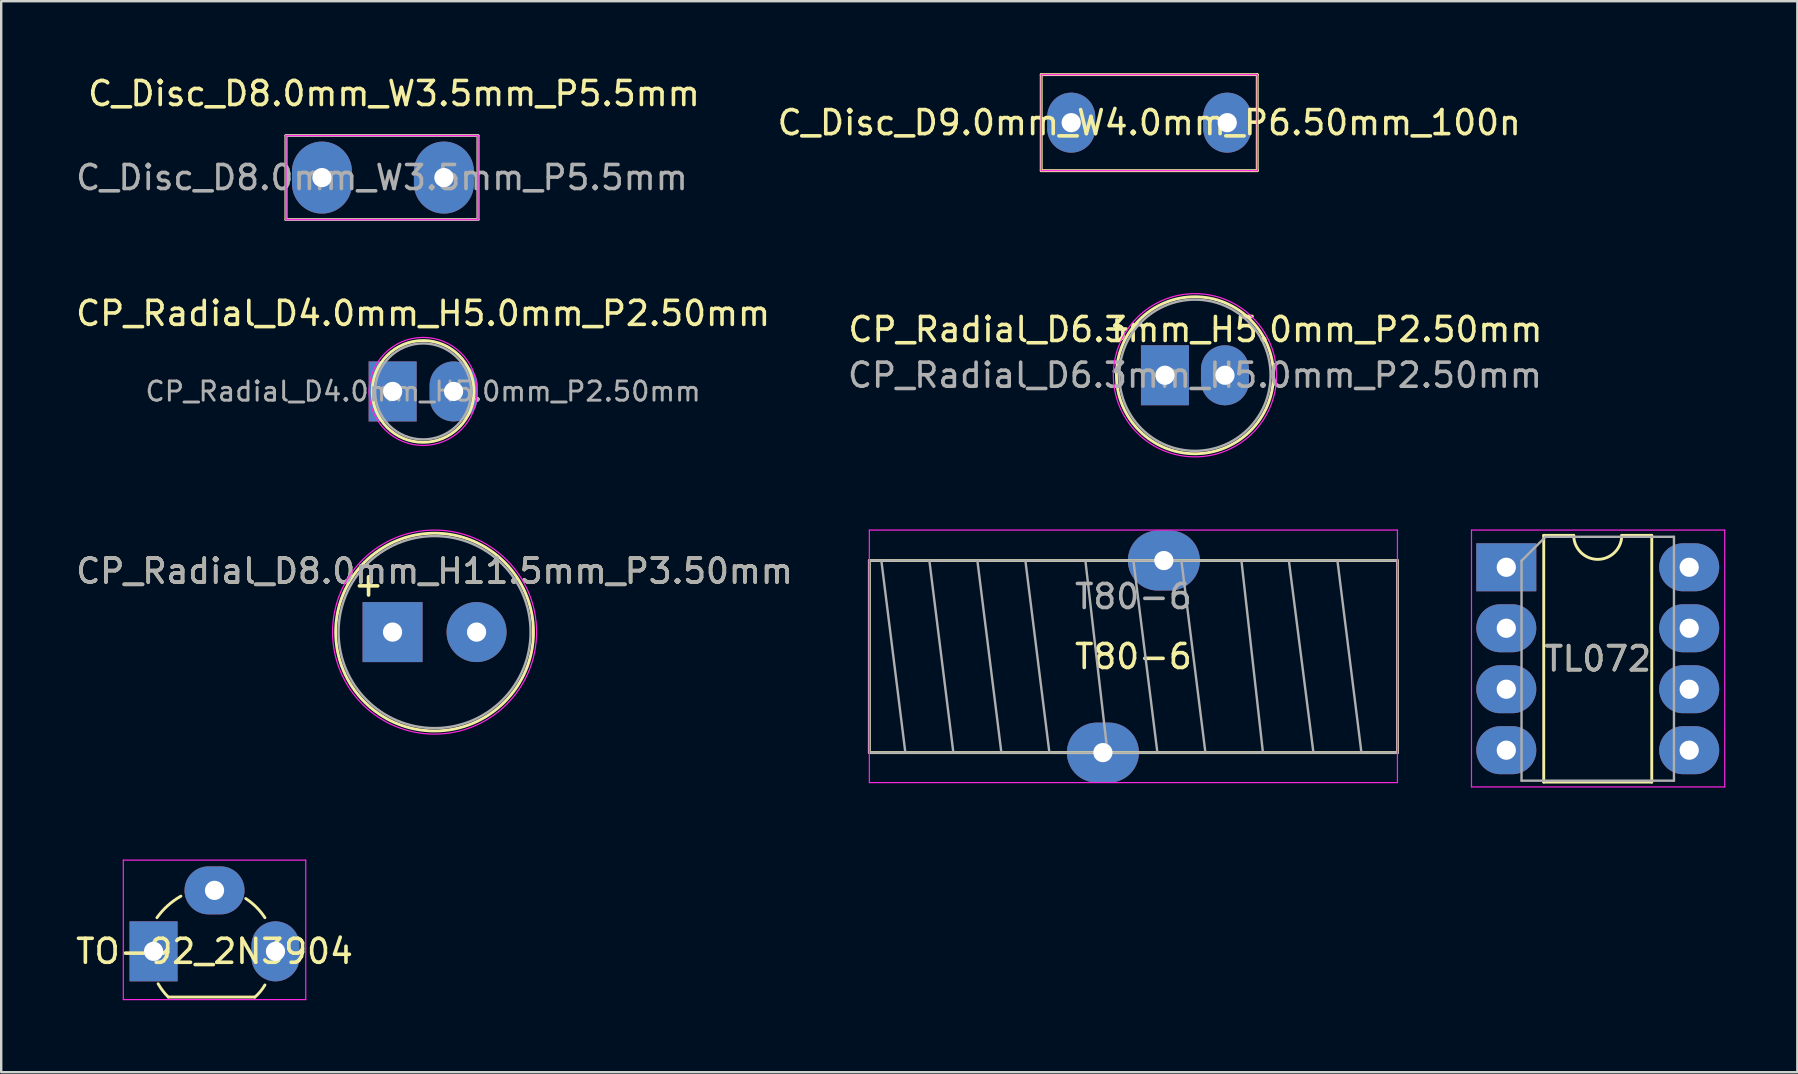
<source format=kicad_pcb>
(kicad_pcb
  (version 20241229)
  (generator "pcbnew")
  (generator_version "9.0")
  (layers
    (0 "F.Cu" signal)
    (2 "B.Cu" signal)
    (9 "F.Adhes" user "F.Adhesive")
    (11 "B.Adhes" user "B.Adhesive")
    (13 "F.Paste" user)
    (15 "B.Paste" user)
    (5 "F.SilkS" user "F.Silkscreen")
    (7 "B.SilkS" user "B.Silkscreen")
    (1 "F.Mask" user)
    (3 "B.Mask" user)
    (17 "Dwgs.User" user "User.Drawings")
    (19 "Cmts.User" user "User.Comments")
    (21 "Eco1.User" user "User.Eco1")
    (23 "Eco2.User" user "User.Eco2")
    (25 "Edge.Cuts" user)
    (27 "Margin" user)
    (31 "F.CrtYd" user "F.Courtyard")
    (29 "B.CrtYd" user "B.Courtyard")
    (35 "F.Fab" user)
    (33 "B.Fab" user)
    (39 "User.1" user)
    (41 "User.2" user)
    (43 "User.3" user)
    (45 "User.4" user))
  (footprint "T80-6"
    (layer "F.Cu")
    (at 44.167 20.303)
    (property "Reference" "T80-6" (at 0 4 0) (layer "F.SilkS") (effects (font (size 1 1) (thickness 0.15))))
    (attr through_hole)
    (fp_line (start -11 0) (end -11 8) (stroke (width 0.12) (type solid)) (layer "F.SilkS"))
    (fp_line (start -11 0) (end 0 0) (stroke (width 0.12) (type solid)) (layer "F.SilkS"))
    (fp_line (start -11 8) (end -3 8) (stroke (width 0.12) (type solid)) (layer "F.SilkS"))
    (fp_line (start -3 8) (end 0 8) (stroke (width 0.12) (type default)) (layer "F.SilkS"))
    (fp_line (start 0 0) (end 3 0) (stroke (width 0.12) (type default)) (layer "F.SilkS"))
    (fp_line (start 0 8) (end 11 8) (stroke (width 0.12) (type solid)) (layer "F.SilkS"))
    (fp_line (start 3 0) (end 11 0) (stroke (width 0.12) (type solid)) (layer "F.SilkS"))
    (fp_line (start 11 0) (end 11 8) (stroke (width 0.12) (type solid)) (layer "F.SilkS"))
    (fp_line (start -11 -1.27) (end -11 9.25) (stroke (width 0.05) (type solid)) (layer "F.CrtYd"))
    (fp_line (start -11 9.25) (end 11 9.25) (stroke (width 0.05) (type solid)) (layer "F.CrtYd"))
    (fp_line (start 11 -1.27) (end -11 -1.27) (stroke (width 0.05) (type solid)) (layer "F.CrtYd"))
    (fp_line (start 11 9.25) (end 11 -1.27) (stroke (width 0.05) (type solid)) (layer "F.CrtYd"))
    (fp_line (start -11 0) (end -11 8) (stroke (width 0.1) (type solid)) (layer "F.Fab"))
    (fp_line (start -11 8) (end 11 8) (stroke (width 0.1) (type solid)) (layer "F.Fab"))
    (fp_line (start -10.5 0) (end -9.5 8) (stroke (width 0.1) (type solid)) (layer "F.Fab"))
    (fp_line (start -8.5 0) (end -7.5 8) (stroke (width 0.1) (type solid)) (layer "F.Fab"))
    (fp_line (start -6.5 0) (end -5.5 8) (stroke (width 0.1) (type solid)) (layer "F.Fab"))
    (fp_line (start -4.5 0) (end -3.5 8) (stroke (width 0.1) (type solid)) (layer "F.Fab"))
    (fp_line (start -2 0) (end -1.079 8) (stroke (width 0.1) (type solid)) (layer "F.Fab"))
    (fp_line (start 0 0) (end 1 8) (stroke (width 0.1) (type solid)) (layer "F.Fab"))
    (fp_line (start 2 0) (end 3 8) (stroke (width 0.1) (type solid)) (layer "F.Fab"))
    (fp_line (start 4.5 0) (end 5.397 8) (stroke (width 0.1) (type solid)) (layer "F.Fab"))
    (fp_line (start 6.477 0) (end 7.5 8) (stroke (width 0.1) (type solid)) (layer "F.Fab"))
    (fp_line (start 8.5 0) (end 9.5 8) (stroke (width 0.1) (type solid)) (layer "F.Fab"))
    (fp_line (start 11 0) (end -11 0) (stroke (width 0.1) (type solid)) (layer "F.Fab"))
    (fp_line (start 11 8) (end 11 0) (stroke (width 0.1) (type solid)) (layer "F.Fab"))
    (fp_text user "${REFERENCE}" (at 0 1.5 0) (layer "F.Fab") (effects (font (size 1 1) (thickness 0.15))))
    (pad "1" thru_hole oval (at 1.27 0) (size 3 2.5) (drill 0.8) (layers "*.Cu" "*.Mask"))
    (pad "2" thru_hole oval (at -1.27 8) (size 3 2.5) (drill 0.8) (layers "*.Cu" "*.Mask")))
  (footprint "CP_Radial_D4.0mm_H5.0mm_P2.50mm"
    (layer "F.Cu")
    (at 14.577 13.257)
    (property "Reference" "CP_Radial_D4.0mm_H5.0mm_P2.50mm" (at 0 -3.25 0) (layer "F.SilkS") (effects (font (size 1 1) (thickness 0.15))))
    (attr through_hole)
    (fp_circle (center 0 0) (end 2.12 0) (stroke (width 0.12) (type solid)) (fill no) (layer "F.SilkS"))
    (fp_circle (center 0 0) (end 2.25 0) (stroke (width 0.05) (type solid)) (fill no) (layer "F.CrtYd"))
    (fp_circle (center 0 0) (end 2 0) (stroke (width 0.1) (type solid)) (fill no) (layer "F.Fab"))
    (fp_text user "${REFERENCE}" (at 0 0 0) (layer "F.Fab") (effects (font (size 0.8 0.8) (thickness 0.12))))
    (pad "1" thru_hole rect (at -1.27 0) (size 2 2.5) (drill 0.8) (layers "*.Cu" "*.Mask"))
    (pad "2" thru_hole oval (at 1.27 0) (size 2 2.5) (drill 0.8) (layers "*.Cu" "*.Mask")))
  (footprint "C_Disc_D9.0mm_W4.0mm_P6.50mm_100n"
    (layer "F.Cu")
    (at 44.827 2.06)
    (property "Reference" "C_Disc_D9.0mm_W4.0mm_P6.50mm_100n" (at 0 0 0) (layer "F.SilkS") (effects (font (size 1 1) (thickness 0.15))))
    (attr through_hole)
    (fp_line (start -4.5 -2) (end -4.5 2) (stroke (width 0.12) (type solid)) (layer "F.SilkS"))
    (fp_line (start -4.5 -2) (end 4.5 -2) (stroke (width 0.12) (type solid)) (layer "F.SilkS"))
    (fp_line (start -4.5 2) (end 4.5 2) (stroke (width 0.12) (type solid)) (layer "F.SilkS"))
    (fp_line (start 4.5 -2) (end 4.5 2) (stroke (width 0.12) (type solid)) (layer "F.SilkS"))
    (fp_line (start -4.5 -2) (end -4.5 2) (stroke (width 0.05) (type solid)) (layer "F.CrtYd"))
    (fp_line (start -4.5 2) (end 4.5 2) (stroke (width 0.05) (type solid)) (layer "F.CrtYd"))
    (fp_line (start 4.5 -2) (end -4.5 -2) (stroke (width 0.05) (type solid)) (layer "F.CrtYd"))
    (fp_line (start 4.5 2) (end 4.5 -2) (stroke (width 0.05) (type solid)) (layer "F.CrtYd"))
    (pad "1" thru_hole oval (at -3.25 0) (size 2 2.5) (drill 0.8) (layers "*.Cu"))
    (pad "2" thru_hole oval (at 3.25 0) (size 2 2.5) (drill 0.8) (layers "*.Cu")))
  (footprint "TL072"
    (layer "F.Cu")
    (at 59.702 20.583)
    (property "Reference" "TL072" (at 3.81 3.81 180) (layer "F.SilkS") (effects (font (size 1 1) (thickness 0.15))))
    (attr through_hole)
    (fp_line (start 1.56 -1.33) (end 1.56 8.95) (stroke (width 0.12) (type solid)) (layer "F.SilkS"))
    (fp_line (start 1.56 8.95) (end 6.06 8.95) (stroke (width 0.12) (type solid)) (layer "F.SilkS"))
    (fp_line (start 2.81 -1.33) (end 1.56 -1.33) (stroke (width 0.12) (type solid)) (layer "F.SilkS"))
    (fp_line (start 6.06 -1.33) (end 4.81 -1.33) (stroke (width 0.12) (type solid)) (layer "F.SilkS"))
    (fp_line (start 6.06 8.95) (end 6.06 -1.33) (stroke (width 0.12) (type solid)) (layer "F.SilkS"))
    (fp_arc (start 4.81 -1.33) (mid 3.81 -0.33) (end 2.81 -1.33) (stroke (width 0.12) (type solid)) (layer "F.SilkS"))
    (fp_line (start -1.45 -1.55) (end -1.45 9.15) (stroke (width 0.05) (type solid)) (layer "F.CrtYd"))
    (fp_line (start -1.45 9.15) (end 9.1 9.15) (stroke (width 0.05) (type solid)) (layer "F.CrtYd"))
    (fp_line (start 9.1 -1.55) (end -1.45 -1.55) (stroke (width 0.05) (type solid)) (layer "F.CrtYd"))
    (fp_line (start 9.1 9.15) (end 9.1 -1.55) (stroke (width 0.05) (type solid)) (layer "F.CrtYd"))
    (fp_line (start 0.635 -0.27) (end 1.635 -1.27) (stroke (width 0.1) (type solid)) (layer "F.Fab"))
    (fp_line (start 0.635 8.89) (end 0.635 -0.27) (stroke (width 0.1) (type solid)) (layer "F.Fab"))
    (fp_line (start 1.635 -1.27) (end 6.985 -1.27) (stroke (width 0.1) (type solid)) (layer "F.Fab"))
    (fp_line (start 6.985 -1.27) (end 6.985 8.89) (stroke (width 0.1) (type solid)) (layer "F.Fab"))
    (fp_line (start 6.985 8.89) (end 0.635 8.89) (stroke (width 0.1) (type solid)) (layer "F.Fab"))
    (fp_text user "${REFERENCE}" (at 3.81 3.81 180) (layer "F.Fab") (effects (font (size 1 1) (thickness 0.15))))
    (pad "1" thru_hole rect (at 0 0) (size 2.5 2) (drill 0.8) (layers "*.Cu" "*.Mask"))
    (pad "2" thru_hole oval (at 0 2.54) (size 2.5 2) (drill 0.8) (layers "*.Cu" "*.Mask"))
    (pad "3" thru_hole oval (at 0 5.08) (size 2.5 2) (drill 0.8) (layers "*.Cu" "*.Mask"))
    (pad "4" thru_hole oval (at 0 7.62) (size 2.5 2) (drill 0.8) (layers "*.Cu" "*.Mask"))
    (pad "5" thru_hole oval (at 7.62 7.62) (size 2.5 2) (drill 0.8) (layers "*.Cu" "*.Mask"))
    (pad "6" thru_hole oval (at 7.62 5.08) (size 2.5 2) (drill 0.8) (layers "*.Cu" "*.Mask"))
    (pad "7" thru_hole oval (at 7.62 2.54) (size 2.5 2) (drill 0.8) (layers "*.Cu" "*.Mask"))
    (pad "8" thru_hole oval (at 7.62 0) (size 2.5 2) (drill 0.8) (layers "*.Cu" "*.Mask")))
  (footprint "CP_Radial_D6.3mm_H5.0mm_P2.50mm"
    (layer "F.Cu")
    (at 45.482 12.583)
    (property "Reference" "CP_Radial_D6.3mm_H5.0mm_P2.50mm" (at 1.27 -1.905 0) (layer "F.SilkS") (effects (font (size 1 1) (thickness 0.15))))
    (attr through_hole)
    (fp_circle (center 1.25 0) (end 4.52 0) (stroke (width 0.12) (type solid)) (fill no) (layer "F.SilkS"))
    (fp_circle (center 1.25 0) (end 4.65 0) (stroke (width 0.05) (type solid)) (fill no) (layer "F.CrtYd"))
    (fp_circle (center 1.25 0) (end 4.4 0) (stroke (width 0.1) (type solid)) (fill no) (layer "F.Fab"))
    (fp_text user "+" (at -2 -2 0) (unlocked yes) (layer "F.SilkS") (effects (font (size 1 1) (thickness 0.15))))
    (fp_text user "${REFERENCE}" (at 1.25 0 0) (layer "F.Fab") (effects (font (size 1 1) (thickness 0.15))))
    (pad "1" thru_hole rect (at 0 0) (size 2 2.5) (drill 0.8) (layers "*.Cu" "*.Mask"))
    (pad "2" thru_hole oval (at 2.5 0) (size 2 2.5) (drill 0.8) (layers "*.Cu" "*.Mask")))
  (footprint "TO-92_2N3904"
    (layer "F.Cu")
    (at 5.887 36.583)
    (property "Reference" "TO-92_2N3904" (at 0 0 0) (layer "F.SilkS") (effects (font (size 1 1) (thickness 0.15))))
    (attr through_hole)
    (fp_line (start -1.927 1.905) (end 1.673 1.905) (stroke (width 0.12) (type solid)) (layer "F.SilkS"))
    (fp_arc (start -2.4 -1.4) (mid -1.949153 -1.904614) (end -1.4 -2.3) (stroke (width 0.12) (type solid)) (layer "F.SilkS"))
    (fp_arc (start -1.927 1.905) (mid -2.15717 1.64173) (end -2.35 1.35) (stroke (width 0.12) (type solid)) (layer "F.SilkS"))
    (fp_arc (start 1.3 -2.2) (mid 1.741585 -1.841585) (end 2.1 -1.4) (stroke (width 0.12) (type solid)) (layer "F.SilkS"))
    (fp_arc (start 2.1 1.4) (mid 1.90983 1.672924) (end 1.677724 1.911206) (stroke (width 0.12) (type solid)) (layer "F.SilkS"))
    (fp_line (start -3.8 -3.8) (end -3.8 2.01) (stroke (width 0.05) (type solid)) (layer "F.CrtYd"))
    (fp_line (start -3.8 -3.8) (end 3.8 -3.8) (stroke (width 0.05) (type solid)) (layer "F.CrtYd"))
    (fp_line (start 3.8 2.01) (end -3.8 2.01) (stroke (width 0.05) (type solid)) (layer "F.CrtYd"))
    (fp_line (start 3.8 2.01) (end 3.8 -3.8) (stroke (width 0.05) (type solid)) (layer "F.CrtYd"))
    (pad "1" thru_hole rect (at -2.54 0) (size 2 2.5) (drill 0.8) (layers "*.Cu"))
    (pad "2" thru_hole oval (at 0 -2.54) (size 2.5 2) (drill 0.8) (layers "*.Cu"))
    (pad "3" thru_hole oval (at 2.54 0) (size 2 2.5) (drill 0.8) (layers "*.Cu")))
  (footprint "CP_Radial_D8.0mm_H11.5mm_P3.50mm"
    (layer "F.Cu")
    (at 13.304 23.283)
    (property "Reference" "CP_Radial_D8.0mm_H11.5mm_P3.50mm" (at 1.75 -2.54 0) (layer "F.SilkS") (effects (font (size 1 1) (thickness 0.15))))
    (attr through_hole)
    (fp_circle (center 1.75 0) (end 5.87 0) (stroke (width 0.12) (type solid)) (fill no) (layer "F.SilkS"))
    (fp_circle (center 1.75 0) (end 6 0) (stroke (width 0.05) (type solid)) (fill no) (layer "F.CrtYd"))
    (fp_circle (center 1.75 0) (end 5.75 0) (stroke (width 0.1) (type solid)) (fill no) (layer "F.Fab"))
    (fp_text user "+" (at -1 -2 0) (unlocked yes) (layer "F.SilkS") (effects (font (size 1 1) (thickness 0.15))))
    (fp_text user "${REFERENCE}" (at 1.75 -2.54 0) (layer "F.Fab") (effects (font (size 1 1) (thickness 0.15))))
    (pad "1" thru_hole rect (at 0 0) (size 2.5 2.5) (drill 0.8) (layers "*.Cu" "*.Mask"))
    (pad "2" thru_hole circle (at 3.5 0) (size 2.5 2.5) (drill 0.8) (layers "*.Cu" "*.Mask")))
  (footprint "C_Disc_D8.0mm_W3.5mm_P5.5mm"
    (layer "F.Cu")
    (at 10.363 4.348)
    (property "Reference" "C_Disc_D8.0mm_W3.5mm_P5.5mm" (at 3 -3.5 0) (layer "F.SilkS") (effects (font (size 1 1) (thickness 0.15))))
    (attr through_hole)
    (fp_line (start -1.5 -1.75) (end -1.5 1.75) (stroke (width 0.12) (type solid)) (layer "F.SilkS"))
    (fp_line (start -1.5 -1.75) (end 6.5 -1.75) (stroke (width 0.12) (type solid)) (layer "F.SilkS"))
    (fp_line (start -1.5 1.75) (end 6.5 1.75) (stroke (width 0.12) (type solid)) (layer "F.SilkS"))
    (fp_line (start 6.5 -1.75) (end 6.5 1.75) (stroke (width 0.12) (type solid)) (layer "F.SilkS"))
    (fp_line (start -1.5 -1.75) (end -1.5 1.75) (stroke (width 0.05) (type solid)) (layer "F.CrtYd"))
    (fp_line (start -1.5 1.75) (end 6.5 1.75) (stroke (width 0.05) (type solid)) (layer "F.CrtYd"))
    (fp_line (start 6.5 -1.75) (end -1.5 -1.75) (stroke (width 0.05) (type solid)) (layer "F.CrtYd"))
    (fp_line (start 6.5 1.75) (end 6.5 -1.75) (stroke (width 0.05) (type solid)) (layer "F.CrtYd"))
    (fp_line (start -1.5 -1.75) (end -1.5 1.75) (stroke (width 0.1) (type solid)) (layer "F.Fab"))
    (fp_line (start -1.5 1.75) (end 6.5 1.75) (stroke (width 0.1) (type solid)) (layer "F.Fab"))
    (fp_line (start 6.5 -1.75) (end -1.5 -1.75) (stroke (width 0.1) (type solid)) (layer "F.Fab"))
    (fp_line (start 6.5 1.75) (end 6.5 -1.75) (stroke (width 0.1) (type solid)) (layer "F.Fab"))
    (fp_text user "${REFERENCE}" (at 2.5 0 0) (layer "F.Fab") (effects (font (size 1 1) (thickness 0.15))))
    (pad "1" thru_hole oval (at 0 0) (size 2.5 3) (drill 0.8) (layers "*.Cu" "*.Mask"))
    (pad "2" thru_hole oval (at 5.08 0) (size 2.5 3) (drill 0.8) (layers "*.Cu" "*.Mask")))
  (gr_rect
    (start -3 -3)
    (end 71.827 41.618)
    (stroke (width 0.1) (type default))
    (fill no)
    (layer "Edge.Cuts")))
</source>
